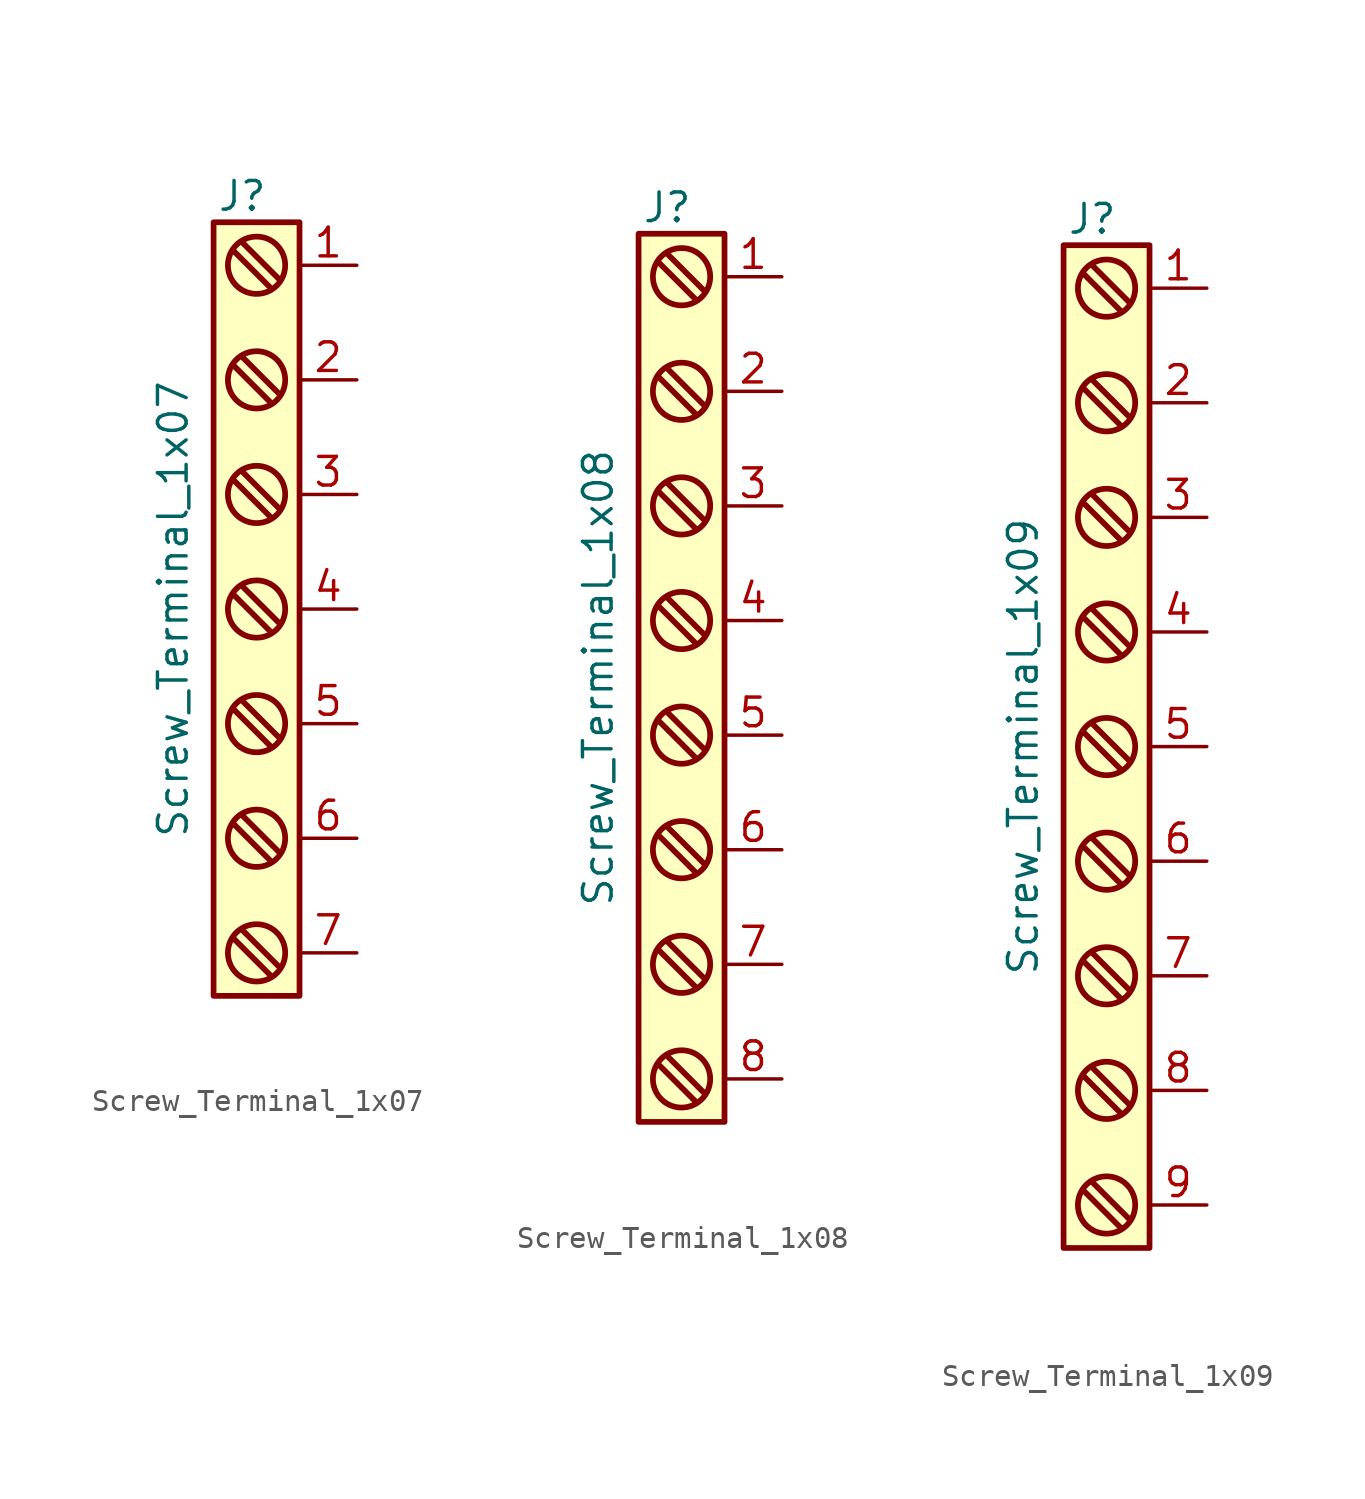
<source format=kicad_sym>
(kicad_symbol_lib
  (version 20211014)
  (generator kicad_symbol_editor)
  (symbol "Screw_Terminal_1x07"
    (pin_names
      (offset 0.762) hide)
    (property "Reference" "J"
      (at 0 19.05 0)
      (effects (font (size 1.27 1.27)) (justify top)))
    (property "Value" "Screw_Terminal_1x07"
      (at -3.81 0 90)
      (effects (font (size 1.27 1.27)) (justify top)))
    (symbol "Screw_Terminal_1x07_0_1"
      (rectangle (start -1.27 -17.145) (end 2.54 17.145) (stroke (width 0.254) (type default) (color 0 0 0 0)) (fill (type background)))
      (polyline (pts (xy -0.381 -9.525) (xy 1.27 -11.176)) (stroke (width 0.254) (type default) (color 0 0 0 0)) (fill (type none)))
      (polyline (pts (xy -0.381 0.635) (xy 1.27 -1.016)) (stroke (width 0.254) (type default) (color 0 0 0 0)) (fill (type none)))
      (polyline (pts (xy -0.381 10.795) (xy 1.27 9.144)) (stroke (width 0.254) (type default) (color 0 0 0 0)) (fill (type none)))
      (polyline (pts (xy 0 -14.224) (xy 1.651 -15.875)) (stroke (width 0.254) (type default) (color 0 0 0 0)) (fill (type none)))
      (polyline (pts (xy 0 -4.064) (xy 1.651 -5.715)) (stroke (width 0.254) (type default) (color 0 0 0 0)) (fill (type none)))
      (polyline (pts (xy 0 6.096) (xy 1.651 4.445)) (stroke (width 0.254) (type default) (color 0 0 0 0)) (fill (type none)))
      (polyline (pts (xy 0 16.256) (xy 1.651 14.605)) (stroke (width 0.254) (type default) (color 0 0 0 0)) (fill (type none)))
      (polyline (pts (xy 1.27 -16.256) (xy -0.381 -14.605)) (stroke (width 0.254) (type default) (color 0 0 0 0)) (fill (type none)))
      (polyline (pts (xy 1.27 -6.096) (xy -0.381 -4.445)) (stroke (width 0.254) (type default) (color 0 0 0 0)) (fill (type none)))
      (polyline (pts (xy 1.27 4.064) (xy -0.381 5.715)) (stroke (width 0.254) (type default) (color 0 0 0 0)) (fill (type none)))
      (polyline (pts (xy 1.27 14.224) (xy -0.381 15.875)) (stroke (width 0.254) (type default) (color 0 0 0 0)) (fill (type none)))
      (polyline (pts (xy 1.651 -10.795) (xy 0 -9.144)) (stroke (width 0.254) (type default) (color 0 0 0 0)) (fill (type none)))
      (polyline (pts (xy 1.651 -0.635) (xy 0 1.016)) (stroke (width 0.254) (type default) (color 0 0 0 0)) (fill (type none)))
      (polyline (pts (xy 1.651 9.525) (xy 0 11.176)) (stroke (width 0.254) (type default) (color 0 0 0 0)) (fill (type none)))
      (circle (center 0.635 -15.24) (radius 1.27) (stroke (width 0.254) (type default) (color 0 0 0 0)) (fill (type none)))
      (circle (center 0.635 -10.16) (radius 1.27) (stroke (width 0.254) (type default) (color 0 0 0 0)) (fill (type none)))
      (circle (center 0.635 -5.08) (radius 1.27) (stroke (width 0.254) (type default) (color 0 0 0 0)) (fill (type none)))
      (circle (center 0.635 0) (radius 1.27) (stroke (width 0.254) (type default) (color 0 0 0 0)) (fill (type none)))
      (circle (center 0.635 5.08) (radius 1.27) (stroke (width 0.254) (type default) (color 0 0 0 0)) (fill (type none)))
      (circle (center 0.635 10.16) (radius 1.27) (stroke (width 0.254) (type default) (color 0 0 0 0)) (fill (type none)))
      (circle (center 0.635 15.24) (radius 1.27) (stroke (width 0.254) (type default) (color 0 0 0 0)) (fill (type none))))
    (symbol "Screw_Terminal_1x07_1_1"
      (pin passive line (at 5.08 15.24 180) (length 2.54) (name "~" (effects (font (size 1.27 1.27)))) (number "1" (effects (font (size 1.27 1.27)))))
      (pin passive line (at 5.08 10.16 180) (length 2.54) (name "~" (effects (font (size 1.27 1.27)))) (number "2" (effects (font (size 1.27 1.27)))))
      (pin passive line (at 5.08 5.08 180) (length 2.54) (name "~" (effects (font (size 1.27 1.27)))) (number "3" (effects (font (size 1.27 1.27)))))
      (pin passive line (at 5.08 0 180) (length 2.54) (name "~" (effects (font (size 1.27 1.27)))) (number "4" (effects (font (size 1.27 1.27)))))
      (pin passive line (at 5.08 -5.08 180) (length 2.54) (name "~" (effects (font (size 1.27 1.27)))) (number "5" (effects (font (size 1.27 1.27)))))
      (pin passive line (at 5.08 -10.16 180) (length 2.54) (name "~" (effects (font (size 1.27 1.27)))) (number "6" (effects (font (size 1.27 1.27)))))
      (pin passive line (at 5.08 -15.24 180) (length 2.54) (name "~" (effects (font (size 1.27 1.27)))) (number "7" (effects (font (size 1.27 1.27)))))))
  (symbol "Screw_Terminal_1x08"
    (pin_names
      (offset 0.762) hide)
    (property "Reference" "J"
      (at 0 21.59 0)
      (effects (font (size 1.27 1.27)) (justify top)))
    (property "Value" "Screw_Terminal_1x08"
      (at -3.81 0 90)
      (effects (font (size 1.27 1.27)) (justify top)))
    (symbol "Screw_Terminal_1x08_0_1"
      (rectangle (start -1.27 -19.685) (end 2.54 19.685) (stroke (width 0.254) (type default) (color 0 0 0 0)) (fill (type background)))
      (polyline (pts (xy -0.381 -17.145) (xy 1.27 -18.796)) (stroke (width 0.254) (type default) (color 0 0 0 0)) (fill (type none)))
      (polyline (pts (xy -0.381 -6.985) (xy 1.27 -8.636)) (stroke (width 0.254) (type default) (color 0 0 0 0)) (fill (type none)))
      (polyline (pts (xy -0.381 3.175) (xy 1.27 1.524)) (stroke (width 0.254) (type default) (color 0 0 0 0)) (fill (type none)))
      (polyline (pts (xy -0.381 13.335) (xy 1.27 11.684)) (stroke (width 0.254) (type default) (color 0 0 0 0)) (fill (type none)))
      (polyline (pts (xy 0 -11.684) (xy 1.651 -13.335)) (stroke (width 0.254) (type default) (color 0 0 0 0)) (fill (type none)))
      (polyline (pts (xy 0 -1.524) (xy 1.651 -3.175)) (stroke (width 0.254) (type default) (color 0 0 0 0)) (fill (type none)))
      (polyline (pts (xy 0 8.636) (xy 1.651 6.985)) (stroke (width 0.254) (type default) (color 0 0 0 0)) (fill (type none)))
      (polyline (pts (xy 0 18.796) (xy 1.651 17.145)) (stroke (width 0.254) (type default) (color 0 0 0 0)) (fill (type none)))
      (polyline (pts (xy 1.27 -13.716) (xy -0.381 -12.065)) (stroke (width 0.254) (type default) (color 0 0 0 0)) (fill (type none)))
      (polyline (pts (xy 1.27 -3.556) (xy -0.381 -1.905)) (stroke (width 0.254) (type default) (color 0 0 0 0)) (fill (type none)))
      (polyline (pts (xy 1.27 6.604) (xy -0.381 8.255)) (stroke (width 0.254) (type default) (color 0 0 0 0)) (fill (type none)))
      (polyline (pts (xy 1.27 16.764) (xy -0.381 18.415)) (stroke (width 0.254) (type default) (color 0 0 0 0)) (fill (type none)))
      (polyline (pts (xy 1.651 -18.415) (xy 0 -16.764)) (stroke (width 0.254) (type default) (color 0 0 0 0)) (fill (type none)))
      (polyline (pts (xy 1.651 -8.255) (xy 0 -6.604)) (stroke (width 0.254) (type default) (color 0 0 0 0)) (fill (type none)))
      (polyline (pts (xy 1.651 1.905) (xy 0 3.556)) (stroke (width 0.254) (type default) (color 0 0 0 0)) (fill (type none)))
      (polyline (pts (xy 1.651 12.065) (xy 0 13.716)) (stroke (width 0.254) (type default) (color 0 0 0 0)) (fill (type none)))
      (circle (center 0.635 -17.78) (radius 1.27) (stroke (width 0.254) (type default) (color 0 0 0 0)) (fill (type none)))
      (circle (center 0.635 -12.7) (radius 1.27) (stroke (width 0.254) (type default) (color 0 0 0 0)) (fill (type none)))
      (circle (center 0.635 -7.62) (radius 1.27) (stroke (width 0.254) (type default) (color 0 0 0 0)) (fill (type none)))
      (circle (center 0.635 -2.54) (radius 1.27) (stroke (width 0.254) (type default) (color 0 0 0 0)) (fill (type none)))
      (circle (center 0.635 2.54) (radius 1.27) (stroke (width 0.254) (type default) (color 0 0 0 0)) (fill (type none)))
      (circle (center 0.635 7.62) (radius 1.27) (stroke (width 0.254) (type default) (color 0 0 0 0)) (fill (type none)))
      (circle (center 0.635 12.7) (radius 1.27) (stroke (width 0.254) (type default) (color 0 0 0 0)) (fill (type none)))
      (circle (center 0.635 17.78) (radius 1.27) (stroke (width 0.254) (type default) (color 0 0 0 0)) (fill (type none))))
    (symbol "Screw_Terminal_1x08_1_1"
      (pin passive line (at 5.08 17.78 180) (length 2.54) (name "~" (effects (font (size 1.27 1.27)))) (number "1" (effects (font (size 1.27 1.27)))))
      (pin passive line (at 5.08 12.7 180) (length 2.54) (name "~" (effects (font (size 1.27 1.27)))) (number "2" (effects (font (size 1.27 1.27)))))
      (pin passive line (at 5.08 7.62 180) (length 2.54) (name "~" (effects (font (size 1.27 1.27)))) (number "3" (effects (font (size 1.27 1.27)))))
      (pin passive line (at 5.08 2.54 180) (length 2.54) (name "~" (effects (font (size 1.27 1.27)))) (number "4" (effects (font (size 1.27 1.27)))))
      (pin passive line (at 5.08 -2.54 180) (length 2.54) (name "~" (effects (font (size 1.27 1.27)))) (number "5" (effects (font (size 1.27 1.27)))))
      (pin passive line (at 5.08 -7.62 180) (length 2.54) (name "~" (effects (font (size 1.27 1.27)))) (number "6" (effects (font (size 1.27 1.27)))))
      (pin passive line (at 5.08 -12.7 180) (length 2.54) (name "~" (effects (font (size 1.27 1.27)))) (number "7" (effects (font (size 1.27 1.27)))))
      (pin passive line (at 5.08 -17.78 180) (length 2.54) (name "~" (effects (font (size 1.27 1.27)))) (number "8" (effects (font (size 1.27 1.27)))))))
  (symbol "Screw_Terminal_1x09"
    (pin_names
      (offset 0.762) hide)
    (property "Reference" "J"
      (at 0 24.13 0)
      (effects (font (size 1.27 1.27)) (justify top)))
    (property "Value" "Screw_Terminal_1x09"
      (at -3.81 0 90)
      (effects (font (size 1.27 1.27)) (justify top)))
    (symbol "Screw_Terminal_1x09_0_1"
      (rectangle (start -1.27 -22.225) (end 2.54 22.225) (stroke (width 0.254) (type default) (color 0 0 0 0)) (fill (type background)))
      (polyline (pts (xy -0.381 -14.605) (xy 1.27 -16.256)) (stroke (width 0.254) (type default) (color 0 0 0 0)) (fill (type none)))
      (polyline (pts (xy -0.381 -4.445) (xy 1.27 -6.096)) (stroke (width 0.254) (type default) (color 0 0 0 0)) (fill (type none)))
      (polyline (pts (xy -0.381 5.715) (xy 1.27 4.064)) (stroke (width 0.254) (type default) (color 0 0 0 0)) (fill (type none)))
      (polyline (pts (xy -0.381 15.875) (xy 1.27 14.224)) (stroke (width 0.254) (type default) (color 0 0 0 0)) (fill (type none)))
      (polyline (pts (xy 0 -19.304) (xy 1.651 -20.955)) (stroke (width 0.254) (type default) (color 0 0 0 0)) (fill (type none)))
      (polyline (pts (xy 0 -9.144) (xy 1.651 -10.795)) (stroke (width 0.254) (type default) (color 0 0 0 0)) (fill (type none)))
      (polyline (pts (xy 0 1.016) (xy 1.651 -0.635)) (stroke (width 0.254) (type default) (color 0 0 0 0)) (fill (type none)))
      (polyline (pts (xy 0 11.176) (xy 1.651 9.525)) (stroke (width 0.254) (type default) (color 0 0 0 0)) (fill (type none)))
      (polyline (pts (xy 0 21.336) (xy 1.651 19.685)) (stroke (width 0.254) (type default) (color 0 0 0 0)) (fill (type none)))
      (polyline (pts (xy 1.27 -21.336) (xy -0.381 -19.685)) (stroke (width 0.254) (type default) (color 0 0 0 0)) (fill (type none)))
      (polyline (pts (xy 1.27 -11.176) (xy -0.381 -9.525)) (stroke (width 0.254) (type default) (color 0 0 0 0)) (fill (type none)))
      (polyline (pts (xy 1.27 -1.016) (xy -0.381 0.635)) (stroke (width 0.254) (type default) (color 0 0 0 0)) (fill (type none)))
      (polyline (pts (xy 1.27 9.144) (xy -0.381 10.795)) (stroke (width 0.254) (type default) (color 0 0 0 0)) (fill (type none)))
      (polyline (pts (xy 1.27 19.304) (xy -0.381 20.955)) (stroke (width 0.254) (type default) (color 0 0 0 0)) (fill (type none)))
      (polyline (pts (xy 1.651 -15.875) (xy 0 -14.224)) (stroke (width 0.254) (type default) (color 0 0 0 0)) (fill (type none)))
      (polyline (pts (xy 1.651 -5.715) (xy 0 -4.064)) (stroke (width 0.254) (type default) (color 0 0 0 0)) (fill (type none)))
      (polyline (pts (xy 1.651 4.445) (xy 0 6.096)) (stroke (width 0.254) (type default) (color 0 0 0 0)) (fill (type none)))
      (polyline (pts (xy 1.651 14.605) (xy 0 16.256)) (stroke (width 0.254) (type default) (color 0 0 0 0)) (fill (type none)))
      (circle (center 0.635 -20.32) (radius 1.27) (stroke (width 0.254) (type default) (color 0 0 0 0)) (fill (type none)))
      (circle (center 0.635 -15.24) (radius 1.27) (stroke (width 0.254) (type default) (color 0 0 0 0)) (fill (type none)))
      (circle (center 0.635 -10.16) (radius 1.27) (stroke (width 0.254) (type default) (color 0 0 0 0)) (fill (type none)))
      (circle (center 0.635 -5.08) (radius 1.27) (stroke (width 0.254) (type default) (color 0 0 0 0)) (fill (type none)))
      (circle (center 0.635 0) (radius 1.27) (stroke (width 0.254) (type default) (color 0 0 0 0)) (fill (type none)))
      (circle (center 0.635 5.08) (radius 1.27) (stroke (width 0.254) (type default) (color 0 0 0 0)) (fill (type none)))
      (circle (center 0.635 10.16) (radius 1.27) (stroke (width 0.254) (type default) (color 0 0 0 0)) (fill (type none)))
      (circle (center 0.635 15.24) (radius 1.27) (stroke (width 0.254) (type default) (color 0 0 0 0)) (fill (type none)))
      (circle (center 0.635 20.32) (radius 1.27) (stroke (width 0.254) (type default) (color 0 0 0 0)) (fill (type none))))
    (symbol "Screw_Terminal_1x09_1_1"
      (pin passive line (at 5.08 20.32 180) (length 2.54) (name "~" (effects (font (size 1.27 1.27)))) (number "1" (effects (font (size 1.27 1.27)))))
      (pin passive line (at 5.08 15.24 180) (length 2.54) (name "~" (effects (font (size 1.27 1.27)))) (number "2" (effects (font (size 1.27 1.27)))))
      (pin passive line (at 5.08 10.16 180) (length 2.54) (name "~" (effects (font (size 1.27 1.27)))) (number "3" (effects (font (size 1.27 1.27)))))
      (pin passive line (at 5.08 5.08 180) (length 2.54) (name "~" (effects (font (size 1.27 1.27)))) (number "4" (effects (font (size 1.27 1.27)))))
      (pin passive line (at 5.08 0 180) (length 2.54) (name "~" (effects (font (size 1.27 1.27)))) (number "5" (effects (font (size 1.27 1.27)))))
      (pin passive line (at 5.08 -5.08 180) (length 2.54) (name "~" (effects (font (size 1.27 1.27)))) (number "6" (effects (font (size 1.27 1.27)))))
      (pin passive line (at 5.08 -10.16 180) (length 2.54) (name "~" (effects (font (size 1.27 1.27)))) (number "7" (effects (font (size 1.27 1.27)))))
      (pin passive line (at 5.08 -15.24 180) (length 2.54) (name "~" (effects (font (size 1.27 1.27)))) (number "8" (effects (font (size 1.27 1.27)))))
      (pin passive line (at 5.08 -20.32 180) (length 2.54) (name "~" (effects (font (size 1.27 1.27)))) (number "9" (effects (font (size 1.27 1.27))))))))
</source>
